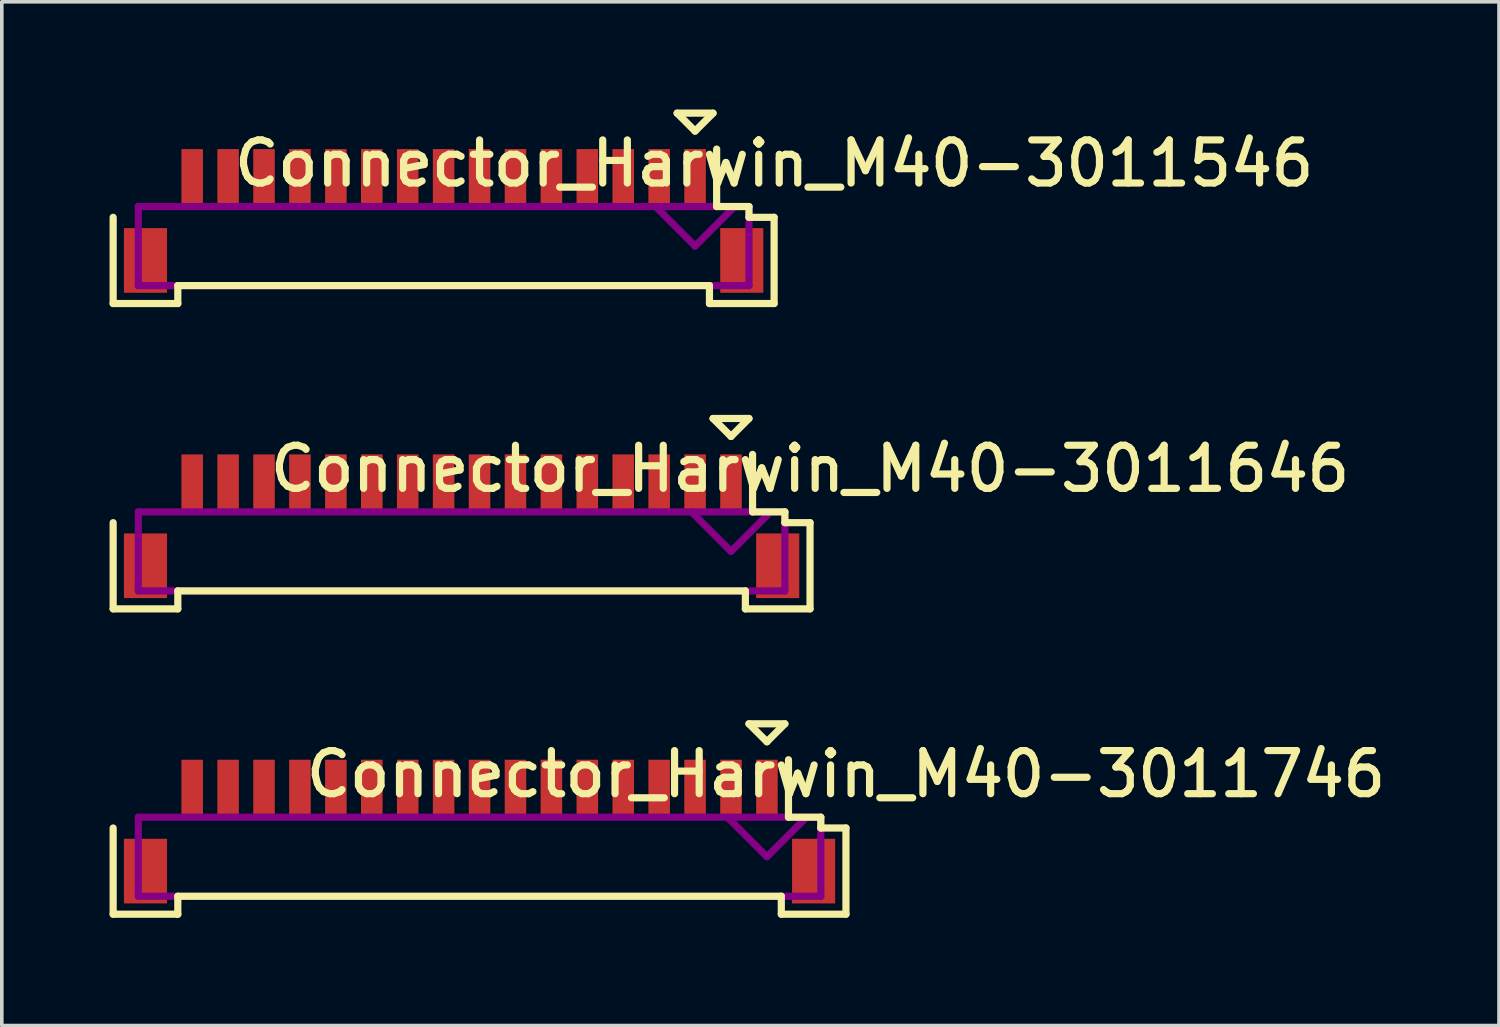
<source format=kicad_pcb>
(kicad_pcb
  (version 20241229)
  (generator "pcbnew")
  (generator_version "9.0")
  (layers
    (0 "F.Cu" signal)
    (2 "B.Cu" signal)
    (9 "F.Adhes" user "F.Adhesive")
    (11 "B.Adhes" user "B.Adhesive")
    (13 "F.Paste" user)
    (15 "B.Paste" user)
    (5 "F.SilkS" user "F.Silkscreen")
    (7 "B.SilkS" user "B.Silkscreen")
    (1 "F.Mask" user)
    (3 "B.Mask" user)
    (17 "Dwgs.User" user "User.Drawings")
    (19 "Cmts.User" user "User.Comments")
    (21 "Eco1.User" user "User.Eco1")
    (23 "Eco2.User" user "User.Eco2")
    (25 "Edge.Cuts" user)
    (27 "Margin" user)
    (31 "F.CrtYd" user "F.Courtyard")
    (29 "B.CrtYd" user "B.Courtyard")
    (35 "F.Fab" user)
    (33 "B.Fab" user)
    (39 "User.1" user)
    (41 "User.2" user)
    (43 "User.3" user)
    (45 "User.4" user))
  (footprint "Connector_Harwin_M40-3011546"
    (layer "F.Cu")
    (at 9.3 4.2)
    (property "Reference" "Connector_Harwin_M40-3011546" (at 9.2 -2.7 0) (layer "F.SilkS") (effects (font (size 1.2 1.2) (thickness 0.2))))
    (attr through_hole)
    (fp_line (start -9.2 1.2) (end -9.2 -1.2) (stroke (width 0.2) (type solid)) (layer "F.SilkS"))
    (fp_line (start -7.4 0.7) (end -7.4 1.2) (stroke (width 0.2) (type solid)) (layer "F.SilkS"))
    (fp_line (start -7.4 1.2) (end -9.2 1.2) (stroke (width 0.2) (type solid)) (layer "F.SilkS"))
    (fp_line (start 6.5 -4.1) (end 7 -3.6) (stroke (width 0.2) (type solid)) (layer "F.SilkS"))
    (fp_line (start 7 -3.6) (end 7.5 -4.1) (stroke (width 0.2) (type solid)) (layer "F.SilkS"))
    (fp_line (start 7.4 0.7) (end -7.4 0.7) (stroke (width 0.2) (type solid)) (layer "F.SilkS"))
    (fp_line (start 7.4 1.2) (end 7.4 0.7) (stroke (width 0.2) (type solid)) (layer "F.SilkS"))
    (fp_line (start 7.5 -4.1) (end 6.5 -4.1) (stroke (width 0.2) (type solid)) (layer "F.SilkS"))
    (fp_line (start 7.6 -3.1) (end 7.6 -1.5) (stroke (width 0.2) (type solid)) (layer "F.SilkS"))
    (fp_line (start 7.6 -1.5) (end 8.5 -1.5) (stroke (width 0.2) (type solid)) (layer "F.SilkS"))
    (fp_line (start 8.5 -1.5) (end 8.5 -1.2) (stroke (width 0.2) (type solid)) (layer "F.SilkS"))
    (fp_line (start 8.5 -1.2) (end 9.2 -1.2) (stroke (width 0.2) (type solid)) (layer "F.SilkS"))
    (fp_line (start 9.2 -1.2) (end 9.2 1.2) (stroke (width 0.2) (type solid)) (layer "F.SilkS"))
    (fp_line (start 9.2 1.2) (end 7.4 1.2) (stroke (width 0.2) (type solid)) (layer "F.SilkS"))
    (fp_line (start -8.5 -1.5) (end 8.5 -1.5) (stroke (width 0.2) (type solid)) (layer "F.Adhes"))
    (fp_line (start -8.5 0.7) (end -8.5 -1.5) (stroke (width 0.2) (type solid)) (layer "F.Adhes"))
    (fp_line (start 7 -0.4) (end 5.9 -1.5) (stroke (width 0.2) (type solid)) (layer "F.Adhes"))
    (fp_line (start 8.1 -1.5) (end 7 -0.4) (stroke (width 0.2) (type solid)) (layer "F.Adhes"))
    (fp_line (start 8.5 -1.5) (end 8.5 0.7) (stroke (width 0.2) (type solid)) (layer "F.Adhes"))
    (fp_line (start 8.5 0.7) (end -8.5 0.7) (stroke (width 0.2) (type solid)) (layer "F.Adhes"))
    (pad "" smd rect (at -8.3 0) (size 1.2 1.8) (layers "F.Cu" "F.Mask" "F.Paste"))
    (pad "" smd rect (at 8.3 0) (size 1.2 1.8) (layers "F.Cu" "F.Mask" "F.Paste"))
    (pad "1" smd rect (at 7 -2.3) (size 0.6 1.6) (layers "F.Cu" "F.Mask" "F.Paste"))
    (pad "2" smd rect (at 6 -2.3) (size 0.6 1.6) (layers "F.Cu" "F.Mask" "F.Paste"))
    (pad "3" smd rect (at 5 -2.3) (size 0.6 1.6) (layers "F.Cu" "F.Mask" "F.Paste"))
    (pad "4" smd rect (at 4 -2.3) (size 0.6 1.6) (layers "F.Cu" "F.Mask" "F.Paste"))
    (pad "5" smd rect (at 3 -2.3) (size 0.6 1.6) (layers "F.Cu" "F.Mask" "F.Paste"))
    (pad "6" smd rect (at 2 -2.3) (size 0.6 1.6) (layers "F.Cu" "F.Mask" "F.Paste"))
    (pad "7" smd rect (at 1 -2.3) (size 0.6 1.6) (layers "F.Cu" "F.Mask" "F.Paste"))
    (pad "8" smd rect (at 0 -2.3) (size 0.6 1.6) (layers "F.Cu" "F.Mask" "F.Paste"))
    (pad "9" smd rect (at -1 -2.3) (size 0.6 1.6) (layers "F.Cu" "F.Mask" "F.Paste"))
    (pad "10" smd rect (at -2 -2.3) (size 0.6 1.6) (layers "F.Cu" "F.Mask" "F.Paste"))
    (pad "11" smd rect (at -3 -2.3) (size 0.6 1.6) (layers "F.Cu" "F.Mask" "F.Paste"))
    (pad "12" smd rect (at -4 -2.3) (size 0.6 1.6) (layers "F.Cu" "F.Mask" "F.Paste"))
    (pad "13" smd rect (at -5 -2.3) (size 0.6 1.6) (layers "F.Cu" "F.Mask" "F.Paste"))
    (pad "14" smd rect (at -6 -2.3) (size 0.6 1.6) (layers "F.Cu" "F.Mask" "F.Paste"))
    (pad "15" smd rect (at -7 -2.3) (size 0.6 1.6) (layers "F.Cu" "F.Mask" "F.Paste")))
  (footprint "Connector_Harwin_M40-3011746"
    (layer "F.Cu")
    (at 10.3 21.2)
    (property "Reference" "Connector_Harwin_M40-3011746" (at 10.2 -2.7 0) (layer "F.SilkS") (effects (font (size 1.2 1.2) (thickness 0.2))))
    (attr through_hole)
    (fp_line (start -10.2 1.2) (end -10.2 -1.2) (stroke (width 0.2) (type solid)) (layer "F.SilkS"))
    (fp_line (start -8.4 0.7) (end -8.4 1.2) (stroke (width 0.2) (type solid)) (layer "F.SilkS"))
    (fp_line (start -8.4 1.2) (end -10.2 1.2) (stroke (width 0.2) (type solid)) (layer "F.SilkS"))
    (fp_line (start 7.5 -4.1) (end 8 -3.6) (stroke (width 0.2) (type solid)) (layer "F.SilkS"))
    (fp_line (start 8 -3.6) (end 8.5 -4.1) (stroke (width 0.2) (type solid)) (layer "F.SilkS"))
    (fp_line (start 8.4 0.7) (end -8.4 0.7) (stroke (width 0.2) (type solid)) (layer "F.SilkS"))
    (fp_line (start 8.4 1.2) (end 8.4 0.7) (stroke (width 0.2) (type solid)) (layer "F.SilkS"))
    (fp_line (start 8.5 -4.1) (end 7.5 -4.1) (stroke (width 0.2) (type solid)) (layer "F.SilkS"))
    (fp_line (start 8.6 -3.1) (end 8.6 -1.5) (stroke (width 0.2) (type solid)) (layer "F.SilkS"))
    (fp_line (start 8.6 -1.5) (end 9.5 -1.5) (stroke (width 0.2) (type solid)) (layer "F.SilkS"))
    (fp_line (start 9.5 -1.5) (end 9.5 -1.2) (stroke (width 0.2) (type solid)) (layer "F.SilkS"))
    (fp_line (start 9.5 -1.2) (end 10.2 -1.2) (stroke (width 0.2) (type solid)) (layer "F.SilkS"))
    (fp_line (start 10.2 -1.2) (end 10.2 1.2) (stroke (width 0.2) (type solid)) (layer "F.SilkS"))
    (fp_line (start 10.2 1.2) (end 8.4 1.2) (stroke (width 0.2) (type solid)) (layer "F.SilkS"))
    (fp_line (start -9.5 -1.5) (end 9.5 -1.5) (stroke (width 0.2) (type solid)) (layer "F.Adhes"))
    (fp_line (start -9.5 0.7) (end -9.5 -1.5) (stroke (width 0.2) (type solid)) (layer "F.Adhes"))
    (fp_line (start 8 -0.4) (end 6.9 -1.5) (stroke (width 0.2) (type solid)) (layer "F.Adhes"))
    (fp_line (start 9.1 -1.5) (end 8 -0.4) (stroke (width 0.2) (type solid)) (layer "F.Adhes"))
    (fp_line (start 9.5 -1.5) (end 9.5 0.7) (stroke (width 0.2) (type solid)) (layer "F.Adhes"))
    (fp_line (start 9.5 0.7) (end -9.5 0.7) (stroke (width 0.2) (type solid)) (layer "F.Adhes"))
    (pad "" smd rect (at -9.3 0) (size 1.2 1.8) (layers "F.Cu" "F.Mask" "F.Paste"))
    (pad "" smd rect (at 9.3 0) (size 1.2 1.8) (layers "F.Cu" "F.Mask" "F.Paste"))
    (pad "1" smd rect (at 8 -2.3) (size 0.6 1.6) (layers "F.Cu" "F.Mask" "F.Paste"))
    (pad "2" smd rect (at 7 -2.3) (size 0.6 1.6) (layers "F.Cu" "F.Mask" "F.Paste"))
    (pad "3" smd rect (at 6 -2.3) (size 0.6 1.6) (layers "F.Cu" "F.Mask" "F.Paste"))
    (pad "4" smd rect (at 5 -2.3) (size 0.6 1.6) (layers "F.Cu" "F.Mask" "F.Paste"))
    (pad "5" smd rect (at 4 -2.3) (size 0.6 1.6) (layers "F.Cu" "F.Mask" "F.Paste"))
    (pad "6" smd rect (at 3 -2.3) (size 0.6 1.6) (layers "F.Cu" "F.Mask" "F.Paste"))
    (pad "7" smd rect (at 2 -2.3) (size 0.6 1.6) (layers "F.Cu" "F.Mask" "F.Paste"))
    (pad "8" smd rect (at 1 -2.3) (size 0.6 1.6) (layers "F.Cu" "F.Mask" "F.Paste"))
    (pad "9" smd rect (at 0 -2.3) (size 0.6 1.6) (layers "F.Cu" "F.Mask" "F.Paste"))
    (pad "10" smd rect (at -1 -2.3) (size 0.6 1.6) (layers "F.Cu" "F.Mask" "F.Paste"))
    (pad "11" smd rect (at -2 -2.3) (size 0.6 1.6) (layers "F.Cu" "F.Mask" "F.Paste"))
    (pad "12" smd rect (at -3 -2.3) (size 0.6 1.6) (layers "F.Cu" "F.Mask" "F.Paste"))
    (pad "13" smd rect (at -4 -2.3) (size 0.6 1.6) (layers "F.Cu" "F.Mask" "F.Paste"))
    (pad "14" smd rect (at -5 -2.3) (size 0.6 1.6) (layers "F.Cu" "F.Mask" "F.Paste"))
    (pad "15" smd rect (at -6 -2.3) (size 0.6 1.6) (layers "F.Cu" "F.Mask" "F.Paste"))
    (pad "16" smd rect (at -7 -2.3) (size 0.6 1.6) (layers "F.Cu" "F.Mask" "F.Paste"))
    (pad "17" smd rect (at -8 -2.3) (size 0.6 1.6) (layers "F.Cu" "F.Mask" "F.Paste")))
  (footprint "Connector_Harwin_M40-3011646"
    (layer "F.Cu")
    (at 9.8 12.7)
    (property "Reference" "Connector_Harwin_M40-3011646" (at 9.7 -2.7 0) (layer "F.SilkS") (effects (font (size 1.2 1.2) (thickness 0.2))))
    (attr through_hole)
    (fp_line (start -9.7 1.2) (end -9.7 -1.2) (stroke (width 0.2) (type solid)) (layer "F.SilkS"))
    (fp_line (start -7.9 0.7) (end -7.9 1.2) (stroke (width 0.2) (type solid)) (layer "F.SilkS"))
    (fp_line (start -7.9 1.2) (end -9.7 1.2) (stroke (width 0.2) (type solid)) (layer "F.SilkS"))
    (fp_line (start 7 -4.1) (end 7.5 -3.6) (stroke (width 0.2) (type solid)) (layer "F.SilkS"))
    (fp_line (start 7.5 -3.6) (end 8 -4.1) (stroke (width 0.2) (type solid)) (layer "F.SilkS"))
    (fp_line (start 7.9 0.7) (end -7.9 0.7) (stroke (width 0.2) (type solid)) (layer "F.SilkS"))
    (fp_line (start 7.9 1.2) (end 7.9 0.7) (stroke (width 0.2) (type solid)) (layer "F.SilkS"))
    (fp_line (start 8 -4.1) (end 7 -4.1) (stroke (width 0.2) (type solid)) (layer "F.SilkS"))
    (fp_line (start 8.1 -3.1) (end 8.1 -1.5) (stroke (width 0.2) (type solid)) (layer "F.SilkS"))
    (fp_line (start 8.1 -1.5) (end 9 -1.5) (stroke (width 0.2) (type solid)) (layer "F.SilkS"))
    (fp_line (start 9 -1.5) (end 9 -1.2) (stroke (width 0.2) (type solid)) (layer "F.SilkS"))
    (fp_line (start 9 -1.2) (end 9.7 -1.2) (stroke (width 0.2) (type solid)) (layer "F.SilkS"))
    (fp_line (start 9.7 -1.2) (end 9.7 1.2) (stroke (width 0.2) (type solid)) (layer "F.SilkS"))
    (fp_line (start 9.7 1.2) (end 7.9 1.2) (stroke (width 0.2) (type solid)) (layer "F.SilkS"))
    (fp_line (start -9 -1.5) (end 9 -1.5) (stroke (width 0.2) (type solid)) (layer "F.Adhes"))
    (fp_line (start -9 0.7) (end -9 -1.5) (stroke (width 0.2) (type solid)) (layer "F.Adhes"))
    (fp_line (start 7.5 -0.4) (end 6.4 -1.5) (stroke (width 0.2) (type solid)) (layer "F.Adhes"))
    (fp_line (start 8.6 -1.5) (end 7.5 -0.4) (stroke (width 0.2) (type solid)) (layer "F.Adhes"))
    (fp_line (start 9 -1.5) (end 9 0.7) (stroke (width 0.2) (type solid)) (layer "F.Adhes"))
    (fp_line (start 9 0.7) (end -9 0.7) (stroke (width 0.2) (type solid)) (layer "F.Adhes"))
    (pad "" smd rect (at -8.8 0) (size 1.2 1.8) (layers "F.Cu" "F.Mask" "F.Paste"))
    (pad "" smd rect (at 8.8 0) (size 1.2 1.8) (layers "F.Cu" "F.Mask" "F.Paste"))
    (pad "1" smd rect (at 7.5 -2.3) (size 0.6 1.6) (layers "F.Cu" "F.Mask" "F.Paste"))
    (pad "2" smd rect (at 6.5 -2.3) (size 0.6 1.6) (layers "F.Cu" "F.Mask" "F.Paste"))
    (pad "3" smd rect (at 5.5 -2.3) (size 0.6 1.6) (layers "F.Cu" "F.Mask" "F.Paste"))
    (pad "4" smd rect (at 4.5 -2.3) (size 0.6 1.6) (layers "F.Cu" "F.Mask" "F.Paste"))
    (pad "5" smd rect (at 3.5 -2.3) (size 0.6 1.6) (layers "F.Cu" "F.Mask" "F.Paste"))
    (pad "6" smd rect (at 2.5 -2.3) (size 0.6 1.6) (layers "F.Cu" "F.Mask" "F.Paste"))
    (pad "7" smd rect (at 1.5 -2.3) (size 0.6 1.6) (layers "F.Cu" "F.Mask" "F.Paste"))
    (pad "8" smd rect (at 0.5 -2.3) (size 0.6 1.6) (layers "F.Cu" "F.Mask" "F.Paste"))
    (pad "9" smd rect (at -0.5 -2.3) (size 0.6 1.6) (layers "F.Cu" "F.Mask" "F.Paste"))
    (pad "10" smd rect (at -1.5 -2.3) (size 0.6 1.6) (layers "F.Cu" "F.Mask" "F.Paste"))
    (pad "11" smd rect (at -2.5 -2.3) (size 0.6 1.6) (layers "F.Cu" "F.Mask" "F.Paste"))
    (pad "12" smd rect (at -3.5 -2.3) (size 0.6 1.6) (layers "F.Cu" "F.Mask" "F.Paste"))
    (pad "13" smd rect (at -4.5 -2.3) (size 0.6 1.6) (layers "F.Cu" "F.Mask" "F.Paste"))
    (pad "14" smd rect (at -5.5 -2.3) (size 0.6 1.6) (layers "F.Cu" "F.Mask" "F.Paste"))
    (pad "15" smd rect (at -6.5 -2.3) (size 0.6 1.6) (layers "F.Cu" "F.Mask" "F.Paste"))
    (pad "16" smd rect (at -7.5 -2.3) (size 0.6 1.6) (layers "F.Cu" "F.Mask" "F.Paste")))
  (gr_rect
    (start -3 -3)
    (end 38.68 25.5)
    (stroke (width 0.1) (type default))
    (fill no)
    (layer "Edge.Cuts")))
</source>
